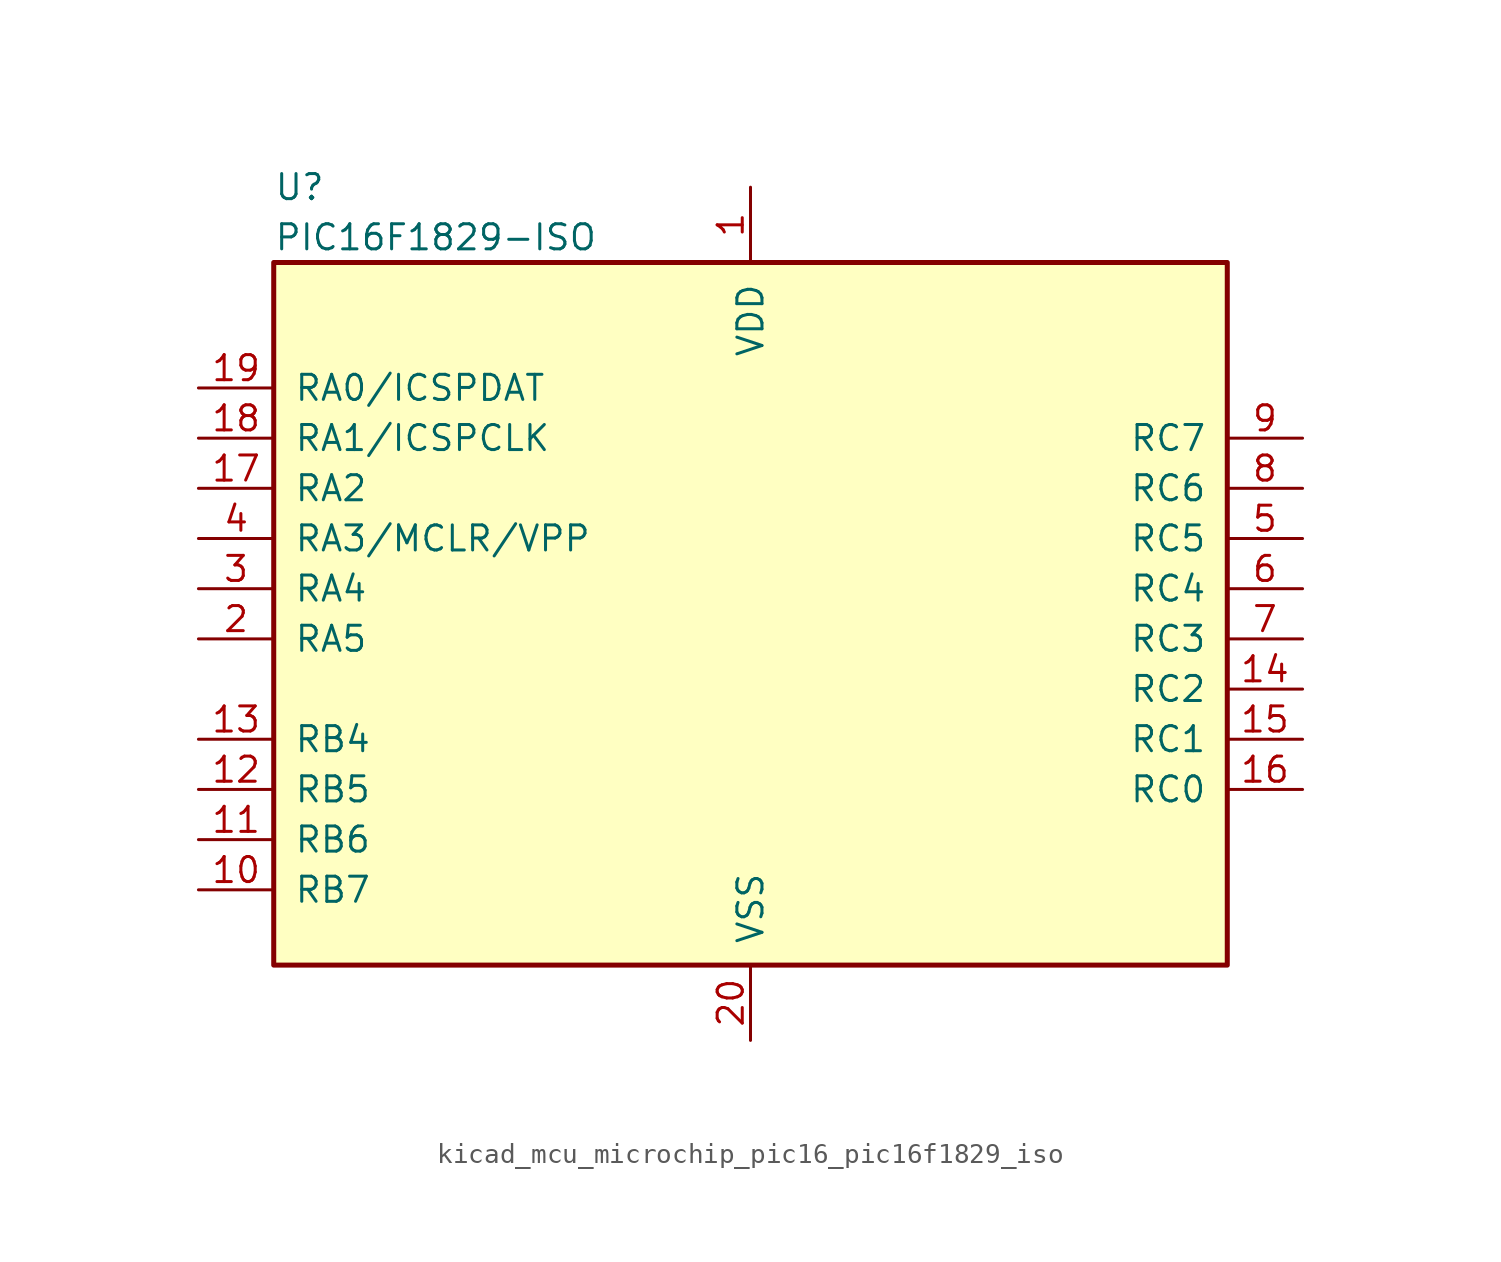
<source format=kicad_sym>
(kicad_symbol_lib
  (version 20220914)
  (generator kicad_symbol_editor)
  (symbol "kicad_mcu_microchip_pic16_pic16f1829_iso"
    (pin_names
      (offset 1.016))
    (property "Reference" "U"
      (at -24.13 22.86 0)
      (effects (font (size 1.27 1.27)) (justify left)))
    (property "Value" "PIC16F1829-ISO"
      (at -24.13 20.32 0)
      (effects (font (size 1.27 1.27)) (justify left)))
    (symbol "kicad_mcu_microchip_pic16_pic16f1829_iso_0_1"
      (rectangle (start -24.13 19.05) (end 24.13 -16.51) (stroke (width 0.254) (type default)) (fill (type background))))
    (symbol "kicad_mcu_microchip_pic16_pic16f1829_iso_1_1"
      (pin power_in line (at 0 22.86 270) (length 3.81) (name "VDD" (effects (font (size 1.27 1.27)))) (number "1" (effects (font (size 1.27 1.27)))))
      (pin bidirectional line (at -27.94 -12.7 0) (length 3.81) (name "RB7" (effects (font (size 1.27 1.27)))) (number "10" (effects (font (size 1.27 1.27)))))
      (pin bidirectional line (at -27.94 -10.16 0) (length 3.81) (name "RB6" (effects (font (size 1.27 1.27)))) (number "11" (effects (font (size 1.27 1.27)))))
      (pin bidirectional line (at -27.94 -7.62 0) (length 3.81) (name "RB5" (effects (font (size 1.27 1.27)))) (number "12" (effects (font (size 1.27 1.27)))))
      (pin bidirectional line (at -27.94 -5.08 0) (length 3.81) (name "RB4" (effects (font (size 1.27 1.27)))) (number "13" (effects (font (size 1.27 1.27)))))
      (pin bidirectional line (at 27.94 -2.54 180) (length 3.81) (name "RC2" (effects (font (size 1.27 1.27)))) (number "14" (effects (font (size 1.27 1.27)))))
      (pin bidirectional line (at 27.94 -5.08 180) (length 3.81) (name "RC1" (effects (font (size 1.27 1.27)))) (number "15" (effects (font (size 1.27 1.27)))))
      (pin bidirectional line (at 27.94 -7.62 180) (length 3.81) (name "RC0" (effects (font (size 1.27 1.27)))) (number "16" (effects (font (size 1.27 1.27)))))
      (pin bidirectional line (at -27.94 7.62 0) (length 3.81) (name "RA2" (effects (font (size 1.27 1.27)))) (number "17" (effects (font (size 1.27 1.27)))))
      (pin bidirectional line (at -27.94 10.16 0) (length 3.81) (name "RA1/ICSPCLK" (effects (font (size 1.27 1.27)))) (number "18" (effects (font (size 1.27 1.27)))))
      (pin bidirectional line (at -27.94 12.7 0) (length 3.81) (name "RA0/ICSPDAT" (effects (font (size 1.27 1.27)))) (number "19" (effects (font (size 1.27 1.27)))))
      (pin bidirectional line (at -27.94 0 0) (length 3.81) (name "RA5" (effects (font (size 1.27 1.27)))) (number "2" (effects (font (size 1.27 1.27)))))
      (pin power_in line (at 0 -20.32 90) (length 3.81) (name "VSS" (effects (font (size 1.27 1.27)))) (number "20" (effects (font (size 1.27 1.27)))))
      (pin bidirectional line (at -27.94 2.54 0) (length 3.81) (name "RA4" (effects (font (size 1.27 1.27)))) (number "3" (effects (font (size 1.27 1.27)))))
      (pin bidirectional line (at -27.94 5.08 0) (length 3.81) (name "RA3/MCLR/VPP" (effects (font (size 1.27 1.27)))) (number "4" (effects (font (size 1.27 1.27)))))
      (pin bidirectional line (at 27.94 5.08 180) (length 3.81) (name "RC5" (effects (font (size 1.27 1.27)))) (number "5" (effects (font (size 1.27 1.27)))))
      (pin bidirectional line (at 27.94 2.54 180) (length 3.81) (name "RC4" (effects (font (size 1.27 1.27)))) (number "6" (effects (font (size 1.27 1.27)))))
      (pin bidirectional line (at 27.94 0 180) (length 3.81) (name "RC3" (effects (font (size 1.27 1.27)))) (number "7" (effects (font (size 1.27 1.27)))))
      (pin bidirectional line (at 27.94 7.62 180) (length 3.81) (name "RC6" (effects (font (size 1.27 1.27)))) (number "8" (effects (font (size 1.27 1.27)))))
      (pin bidirectional line (at 27.94 10.16 180) (length 3.81) (name "RC7" (effects (font (size 1.27 1.27)))) (number "9" (effects (font (size 1.27 1.27))))))))
</source>
